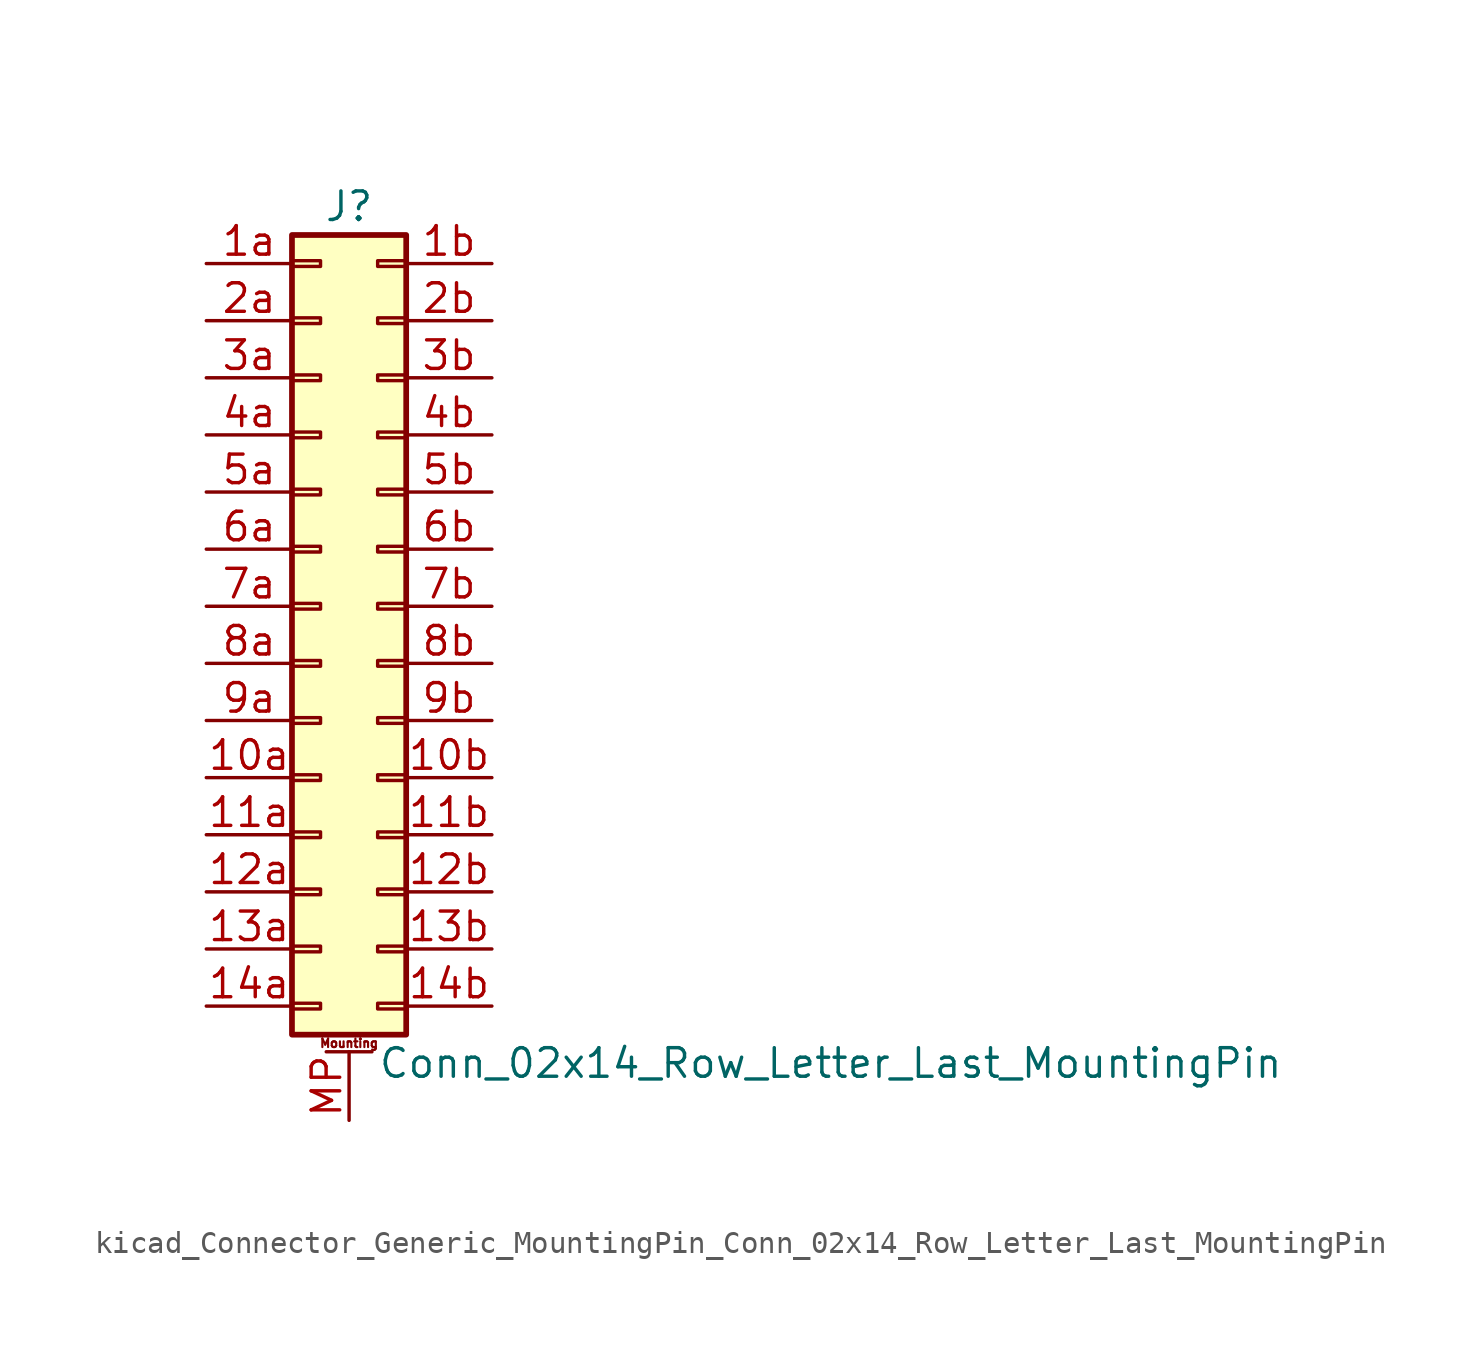
<source format=kicad_sym>
(kicad_symbol_lib
  (version 20220914)
  (generator kicad_symbol_editor)
  (symbol "kicad_Connector_Generic_MountingPin_Conn_02x14_Row_Letter_Last_MountingPin"
    (pin_names
      (offset 1.016) hide)
    (property "Reference" "J"
      (at 1.27 17.78 0)
      (effects (font (size 1.27 1.27))))
    (property "Value" "Conn_02x14_Row_Letter_Last_MountingPin"
      (at 2.54 -20.32 0)
      (effects (font (size 1.27 1.27)) (justify left)))
    (symbol "kicad_Connector_Generic_MountingPin_Conn_02x14_Row_Letter_Last_MountingPin_1_1"
      (rectangle (start -1.27 -17.653) (end 0 -17.907) (stroke (width 0.152) (type default)) (fill (type none)))
      (rectangle (start -1.27 -15.113) (end 0 -15.367) (stroke (width 0.152) (type default)) (fill (type none)))
      (rectangle (start -1.27 -12.573) (end 0 -12.827) (stroke (width 0.152) (type default)) (fill (type none)))
      (rectangle (start -1.27 -10.033) (end 0 -10.287) (stroke (width 0.152) (type default)) (fill (type none)))
      (rectangle (start -1.27 -7.493) (end 0 -7.747) (stroke (width 0.152) (type default)) (fill (type none)))
      (rectangle (start -1.27 -4.953) (end 0 -5.207) (stroke (width 0.152) (type default)) (fill (type none)))
      (rectangle (start -1.27 -2.413) (end 0 -2.667) (stroke (width 0.152) (type default)) (fill (type none)))
      (rectangle (start -1.27 0.127) (end 0 -0.127) (stroke (width 0.152) (type default)) (fill (type none)))
      (rectangle (start -1.27 2.667) (end 0 2.413) (stroke (width 0.152) (type default)) (fill (type none)))
      (rectangle (start -1.27 5.207) (end 0 4.953) (stroke (width 0.152) (type default)) (fill (type none)))
      (rectangle (start -1.27 7.747) (end 0 7.493) (stroke (width 0.152) (type default)) (fill (type none)))
      (rectangle (start -1.27 10.287) (end 0 10.033) (stroke (width 0.152) (type default)) (fill (type none)))
      (rectangle (start -1.27 12.827) (end 0 12.573) (stroke (width 0.152) (type default)) (fill (type none)))
      (rectangle (start -1.27 15.367) (end 0 15.113) (stroke (width 0.152) (type default)) (fill (type none)))
      (rectangle (start -1.27 16.51) (end 3.81 -19.05) (stroke (width 0.254) (type default)) (fill (type background)))
      (polyline (pts (xy 0.254 -19.812) (xy 2.286 -19.812)) (stroke (width 0.152) (type default)) (fill (type none)))
      (rectangle (start 3.81 -17.653) (end 2.54 -17.907) (stroke (width 0.152) (type default)) (fill (type none)))
      (rectangle (start 3.81 -15.113) (end 2.54 -15.367) (stroke (width 0.152) (type default)) (fill (type none)))
      (rectangle (start 3.81 -12.573) (end 2.54 -12.827) (stroke (width 0.152) (type default)) (fill (type none)))
      (rectangle (start 3.81 -10.033) (end 2.54 -10.287) (stroke (width 0.152) (type default)) (fill (type none)))
      (rectangle (start 3.81 -7.493) (end 2.54 -7.747) (stroke (width 0.152) (type default)) (fill (type none)))
      (rectangle (start 3.81 -4.953) (end 2.54 -5.207) (stroke (width 0.152) (type default)) (fill (type none)))
      (rectangle (start 3.81 -2.413) (end 2.54 -2.667) (stroke (width 0.152) (type default)) (fill (type none)))
      (rectangle (start 3.81 0.127) (end 2.54 -0.127) (stroke (width 0.152) (type default)) (fill (type none)))
      (rectangle (start 3.81 2.667) (end 2.54 2.413) (stroke (width 0.152) (type default)) (fill (type none)))
      (rectangle (start 3.81 5.207) (end 2.54 4.953) (stroke (width 0.152) (type default)) (fill (type none)))
      (rectangle (start 3.81 7.747) (end 2.54 7.493) (stroke (width 0.152) (type default)) (fill (type none)))
      (rectangle (start 3.81 10.287) (end 2.54 10.033) (stroke (width 0.152) (type default)) (fill (type none)))
      (rectangle (start 3.81 12.827) (end 2.54 12.573) (stroke (width 0.152) (type default)) (fill (type none)))
      (rectangle (start 3.81 15.367) (end 2.54 15.113) (stroke (width 0.152) (type default)) (fill (type none)))
      (text "Mounting" (at 1.27 -19.431 0) (effects (font (size 0.381 0.381))))
      (pin passive line (at -5.08 -7.62 0) (length 3.81) (name "Pin_10a" (effects (font (size 1.27 1.27)))) (number "10a" (effects (font (size 1.27 1.27)))))
      (pin passive line (at 7.62 -7.62 180) (length 3.81) (name "Pin_10b" (effects (font (size 1.27 1.27)))) (number "10b" (effects (font (size 1.27 1.27)))))
      (pin passive line (at -5.08 -10.16 0) (length 3.81) (name "Pin_11a" (effects (font (size 1.27 1.27)))) (number "11a" (effects (font (size 1.27 1.27)))))
      (pin passive line (at 7.62 -10.16 180) (length 3.81) (name "Pin_11b" (effects (font (size 1.27 1.27)))) (number "11b" (effects (font (size 1.27 1.27)))))
      (pin passive line (at -5.08 -12.7 0) (length 3.81) (name "Pin_12a" (effects (font (size 1.27 1.27)))) (number "12a" (effects (font (size 1.27 1.27)))))
      (pin passive line (at 7.62 -12.7 180) (length 3.81) (name "Pin_12b" (effects (font (size 1.27 1.27)))) (number "12b" (effects (font (size 1.27 1.27)))))
      (pin passive line (at -5.08 -15.24 0) (length 3.81) (name "Pin_13a" (effects (font (size 1.27 1.27)))) (number "13a" (effects (font (size 1.27 1.27)))))
      (pin passive line (at 7.62 -15.24 180) (length 3.81) (name "Pin_13b" (effects (font (size 1.27 1.27)))) (number "13b" (effects (font (size 1.27 1.27)))))
      (pin passive line (at -5.08 -17.78 0) (length 3.81) (name "Pin_14a" (effects (font (size 1.27 1.27)))) (number "14a" (effects (font (size 1.27 1.27)))))
      (pin passive line (at 7.62 -17.78 180) (length 3.81) (name "Pin_14b" (effects (font (size 1.27 1.27)))) (number "14b" (effects (font (size 1.27 1.27)))))
      (pin passive line (at -5.08 15.24 0) (length 3.81) (name "Pin_1a" (effects (font (size 1.27 1.27)))) (number "1a" (effects (font (size 1.27 1.27)))))
      (pin passive line (at 7.62 15.24 180) (length 3.81) (name "Pin_1b" (effects (font (size 1.27 1.27)))) (number "1b" (effects (font (size 1.27 1.27)))))
      (pin passive line (at -5.08 12.7 0) (length 3.81) (name "Pin_2a" (effects (font (size 1.27 1.27)))) (number "2a" (effects (font (size 1.27 1.27)))))
      (pin passive line (at 7.62 12.7 180) (length 3.81) (name "Pin_2b" (effects (font (size 1.27 1.27)))) (number "2b" (effects (font (size 1.27 1.27)))))
      (pin passive line (at -5.08 10.16 0) (length 3.81) (name "Pin_3a" (effects (font (size 1.27 1.27)))) (number "3a" (effects (font (size 1.27 1.27)))))
      (pin passive line (at 7.62 10.16 180) (length 3.81) (name "Pin_3b" (effects (font (size 1.27 1.27)))) (number "3b" (effects (font (size 1.27 1.27)))))
      (pin passive line (at -5.08 7.62 0) (length 3.81) (name "Pin_4a" (effects (font (size 1.27 1.27)))) (number "4a" (effects (font (size 1.27 1.27)))))
      (pin passive line (at 7.62 7.62 180) (length 3.81) (name "Pin_4b" (effects (font (size 1.27 1.27)))) (number "4b" (effects (font (size 1.27 1.27)))))
      (pin passive line (at -5.08 5.08 0) (length 3.81) (name "Pin_5a" (effects (font (size 1.27 1.27)))) (number "5a" (effects (font (size 1.27 1.27)))))
      (pin passive line (at 7.62 5.08 180) (length 3.81) (name "Pin_5b" (effects (font (size 1.27 1.27)))) (number "5b" (effects (font (size 1.27 1.27)))))
      (pin passive line (at -5.08 2.54 0) (length 3.81) (name "Pin_6a" (effects (font (size 1.27 1.27)))) (number "6a" (effects (font (size 1.27 1.27)))))
      (pin passive line (at 7.62 2.54 180) (length 3.81) (name "Pin_6b" (effects (font (size 1.27 1.27)))) (number "6b" (effects (font (size 1.27 1.27)))))
      (pin passive line (at -5.08 0 0) (length 3.81) (name "Pin_7a" (effects (font (size 1.27 1.27)))) (number "7a" (effects (font (size 1.27 1.27)))))
      (pin passive line (at 7.62 0 180) (length 3.81) (name "Pin_7b" (effects (font (size 1.27 1.27)))) (number "7b" (effects (font (size 1.27 1.27)))))
      (pin passive line (at -5.08 -2.54 0) (length 3.81) (name "Pin_8a" (effects (font (size 1.27 1.27)))) (number "8a" (effects (font (size 1.27 1.27)))))
      (pin passive line (at 7.62 -2.54 180) (length 3.81) (name "Pin_8b" (effects (font (size 1.27 1.27)))) (number "8b" (effects (font (size 1.27 1.27)))))
      (pin passive line (at -5.08 -5.08 0) (length 3.81) (name "Pin_9a" (effects (font (size 1.27 1.27)))) (number "9a" (effects (font (size 1.27 1.27)))))
      (pin passive line (at 7.62 -5.08 180) (length 3.81) (name "Pin_9b" (effects (font (size 1.27 1.27)))) (number "9b" (effects (font (size 1.27 1.27)))))
      (pin passive line (at 1.27 -22.86 90) (length 3.048) (name "MountPin" (effects (font (size 1.27 1.27)))) (number "MP" (effects (font (size 1.27 1.27))))))))
</source>
